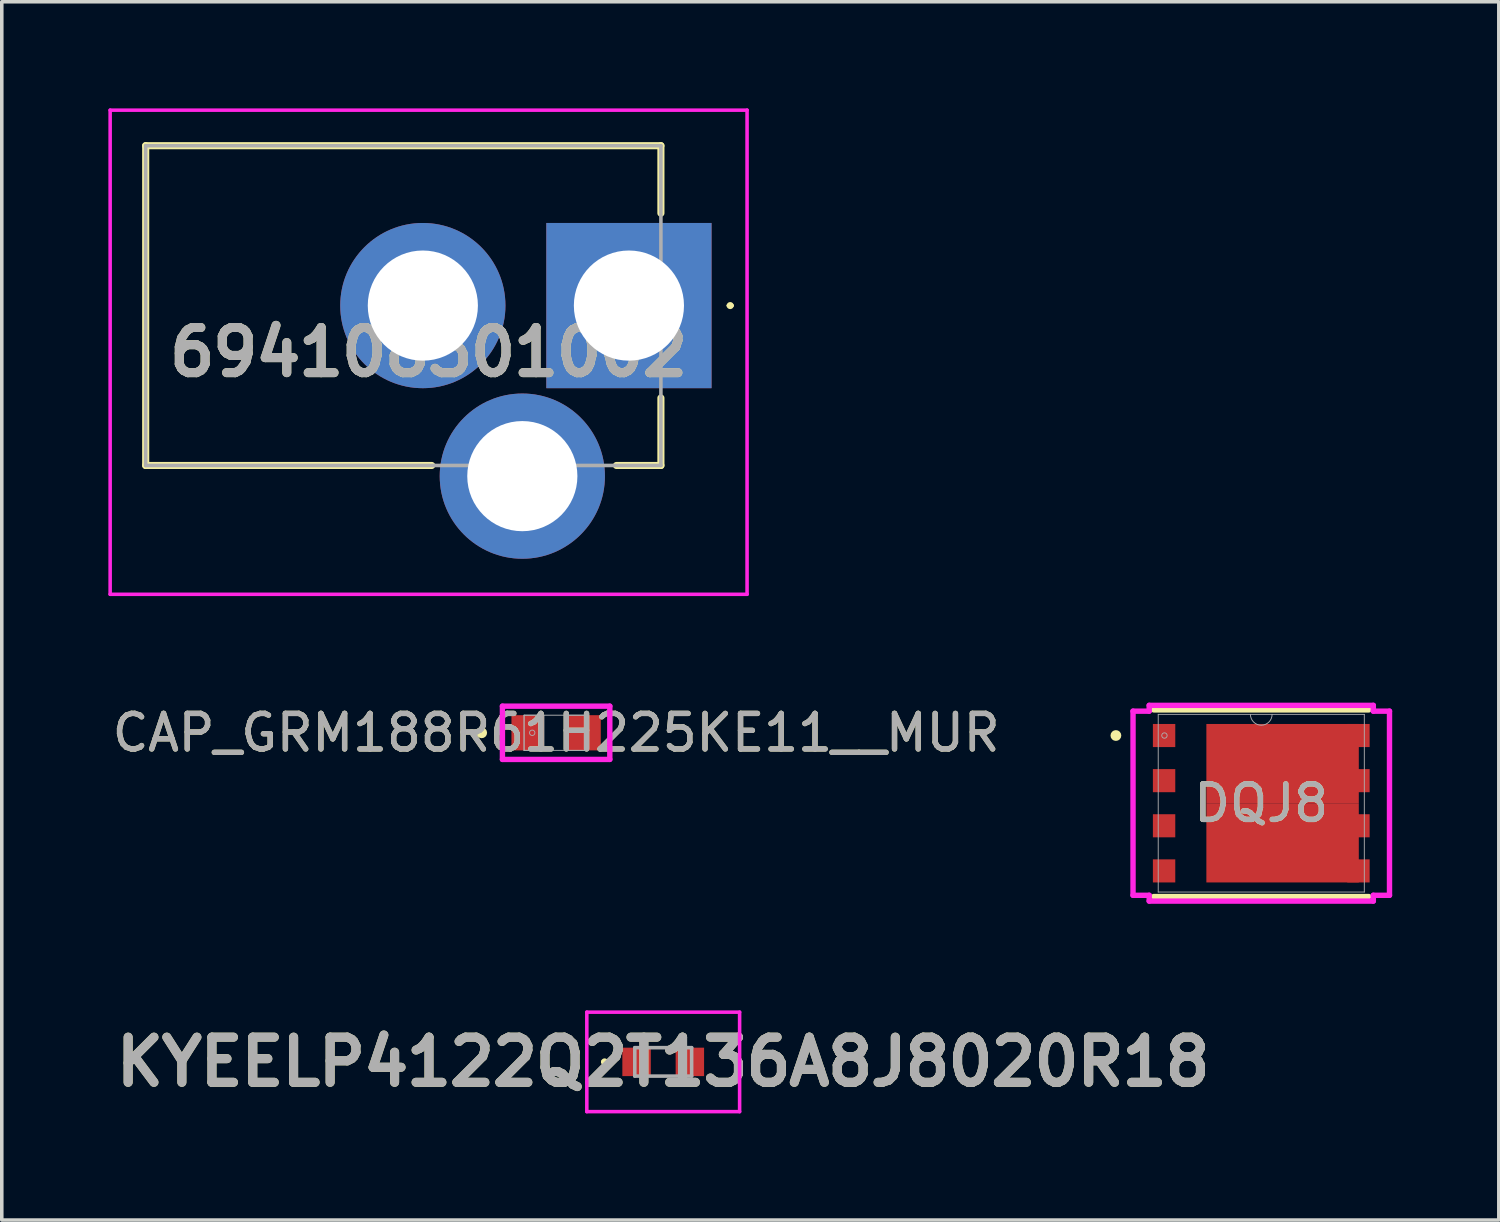
<source format=kicad_pcb>
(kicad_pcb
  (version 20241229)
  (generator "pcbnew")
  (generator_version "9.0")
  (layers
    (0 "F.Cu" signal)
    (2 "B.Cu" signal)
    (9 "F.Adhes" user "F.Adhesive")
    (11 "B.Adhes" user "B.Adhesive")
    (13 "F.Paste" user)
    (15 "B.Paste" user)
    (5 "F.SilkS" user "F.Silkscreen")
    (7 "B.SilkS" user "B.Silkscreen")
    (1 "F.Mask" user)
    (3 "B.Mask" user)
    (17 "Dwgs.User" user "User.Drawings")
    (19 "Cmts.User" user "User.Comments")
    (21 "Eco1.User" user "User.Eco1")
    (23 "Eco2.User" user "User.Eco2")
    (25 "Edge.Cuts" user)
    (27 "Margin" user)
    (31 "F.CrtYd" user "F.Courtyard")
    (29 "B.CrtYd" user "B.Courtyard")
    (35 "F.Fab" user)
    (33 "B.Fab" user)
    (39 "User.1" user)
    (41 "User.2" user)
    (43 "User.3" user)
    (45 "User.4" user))
  (footprint "DQJ8"
    (layer "F.Cu")
    (at 32.446 19.555)
    (property "Reference" "DQJ8" (at 0 0 0) (unlocked yes) (layer "F.SilkS") (effects (font (size 1 1) (thickness 0.15))))
    (attr smd)
    (fp_poly (pts (xy 2.745 -2.23) (xy -1.545 -2.23) (xy -1.545 0) (xy 2.745 0)) (stroke (width 0) (type solid)) (fill yes) (layer "F.Cu"))
    (fp_poly (pts (xy 2.745 2.23) (xy -1.545 2.23) (xy -1.545 0) (xy 2.745 0)) (stroke (width 0) (type solid)) (fill yes) (layer "F.Cu"))
    (fp_poly (pts (xy -3.12 -2.3) (xy -3.12 -1.51) (xy -2.35 -1.51) (xy -2.35 -2.3)) (stroke (width 0) (type solid)) (fill yes) (layer "F.Mask"))
    (fp_poly (pts (xy -3.12 -1.03) (xy -3.12 -0.24) (xy -2.35 -0.24) (xy -2.35 -1.03)) (stroke (width 0) (type solid)) (fill yes) (layer "F.Mask"))
    (fp_poly (pts (xy -3.12 0.24) (xy -3.12 1.03) (xy -2.35 1.03) (xy -2.35 0.24)) (stroke (width 0) (type solid)) (fill yes) (layer "F.Mask"))
    (fp_poly (pts (xy -3.12 1.51) (xy -3.12 2.3) (xy -2.35 2.3) (xy -2.35 1.51)) (stroke (width 0) (type solid)) (fill yes) (layer "F.Mask"))
    (fp_poly (pts (xy 2.35 -2.3) (xy 2.35 -1.51) (xy 3.12 -1.51) (xy 3.12 -2.3)) (stroke (width 0) (type solid)) (fill yes) (layer "F.Mask"))
    (fp_poly (pts (xy 2.35 -1.03) (xy 2.35 -0.24) (xy 3.12 -0.24) (xy 3.12 -1.03)) (stroke (width 0) (type solid)) (fill yes) (layer "F.Mask"))
    (fp_poly (pts (xy 2.35 0.24) (xy 2.35 1.03) (xy 3.12 1.03) (xy 3.12 0.24)) (stroke (width 0) (type solid)) (fill yes) (layer "F.Mask"))
    (fp_poly (pts (xy 2.35 1.51) (xy 2.35 2.3) (xy 3.12 2.3) (xy 3.12 1.51)) (stroke (width 0) (type solid)) (fill yes) (layer "F.Mask"))
    (fp_poly (pts (xy 2.745 -2.23) (xy -1.545 -2.23) (xy -1.545 0) (xy 2.745 0)) (stroke (width 0) (type solid)) (fill yes) (layer "F.Mask"))
    (fp_poly (pts (xy 2.745 2.23) (xy -1.545 2.23) (xy -1.545 0) (xy 2.745 0)) (stroke (width 0) (type solid)) (fill yes) (layer "F.Mask"))
    (fp_line (start -3.027 2.627) (end 3.027 2.627) (stroke (width 0.152) (type solid)) (layer "F.SilkS"))
    (fp_line (start 3.027 -2.627) (end -3.027 -2.627) (stroke (width 0.152) (type solid)) (layer "F.SilkS"))
    (fp_circle (center -4.091 -1.905) (end -4.015 -1.905) (stroke (width 0.152) (type solid)) (fill no) (layer "F.SilkS"))
    (fp_poly (pts (xy -0.18 -0.31) (xy -1.415 -0.31) (xy -1.415 -1.88) (xy -0.18 -1.88)) (stroke (width 0) (type solid)) (fill yes) (layer "F.Paste"))
    (fp_poly (pts (xy -0.18 0.31) (xy -1.415 0.31) (xy -1.415 1.88) (xy -0.18 1.88)) (stroke (width 0) (type solid)) (fill yes) (layer "F.Paste"))
    (fp_poly (pts (xy 0.32 -0.31) (xy 1.905 -0.31) (xy 1.905 -1.88) (xy 0.32 -1.88)) (stroke (width 0) (type solid)) (fill yes) (layer "F.Paste"))
    (fp_poly (pts (xy 0.32 0.31) (xy 1.905 0.31) (xy 1.905 1.88) (xy 0.32 1.88)) (stroke (width 0) (type solid)) (fill yes) (layer "F.Paste"))
    (fp_line (start -3.609 -2.591) (end -3.154 -2.591) (stroke (width 0.152) (type solid)) (layer "F.CrtYd"))
    (fp_line (start -3.609 2.591) (end -3.609 -2.591) (stroke (width 0.152) (type solid)) (layer "F.CrtYd"))
    (fp_line (start -3.609 2.591) (end -3.154 2.591) (stroke (width 0.152) (type solid)) (layer "F.CrtYd"))
    (fp_line (start -3.154 -2.754) (end 3.154 -2.754) (stroke (width 0.152) (type solid)) (layer "F.CrtYd"))
    (fp_line (start -3.154 -2.591) (end -3.154 -2.754) (stroke (width 0.152) (type solid)) (layer "F.CrtYd"))
    (fp_line (start -3.154 2.754) (end -3.154 2.591) (stroke (width 0.152) (type solid)) (layer "F.CrtYd"))
    (fp_line (start 3.154 -2.754) (end 3.154 -2.591) (stroke (width 0.152) (type solid)) (layer "F.CrtYd"))
    (fp_line (start 3.154 2.591) (end 3.154 2.754) (stroke (width 0.152) (type solid)) (layer "F.CrtYd"))
    (fp_line (start 3.154 2.754) (end -3.154 2.754) (stroke (width 0.152) (type solid)) (layer "F.CrtYd"))
    (fp_line (start 3.609 -2.591) (end 3.154 -2.591) (stroke (width 0.152) (type solid)) (layer "F.CrtYd"))
    (fp_line (start 3.609 -2.591) (end 3.609 2.591) (stroke (width 0.152) (type solid)) (layer "F.CrtYd"))
    (fp_line (start 3.609 2.591) (end 3.154 2.591) (stroke (width 0.152) (type solid)) (layer "F.CrtYd"))
    (fp_line (start -2.9 -2.5) (end -2.9 2.5) (stroke (width 0.025) (type solid)) (layer "F.Fab"))
    (fp_line (start -2.9 2.5) (end 2.9 2.5) (stroke (width 0.025) (type solid)) (layer "F.Fab"))
    (fp_line (start 2.9 -2.5) (end -2.9 -2.5) (stroke (width 0.025) (type solid)) (layer "F.Fab"))
    (fp_line (start 2.9 2.5) (end 2.9 -2.5) (stroke (width 0.025) (type solid)) (layer "F.Fab"))
    (fp_arc (start 0.3048 -2.5) (mid 0 -2.1952) (end -0.3048 -2.5) (stroke (width 0.0254) (type solid)) (layer "F.Fab"))
    (fp_circle (center -2.725 -1.905) (end -2.649 -1.905) (stroke (width 0.025) (type solid)) (fill no) (layer "F.Fab"))
    (fp_text user "${REFERENCE}" (at 0 0 0) (unlocked yes) (layer "F.Fab") (effects (font (size 1 1) (thickness 0.15))))
    (pad "1" smd rect (at -2.735 -1.905) (size 0.63 0.65) (layers "F.Cu" "F.Mask" "F.Paste"))
    (pad "2" smd rect (at -2.735 -0.635) (size 0.63 0.65) (layers "F.Cu" "F.Mask" "F.Paste"))
    (pad "3" smd rect (at -2.735 0.635) (size 0.63 0.65) (layers "F.Cu" "F.Mask" "F.Paste"))
    (pad "4" smd rect (at -2.735 1.905) (size 0.63 0.65) (layers "F.Cu" "F.Mask" "F.Paste"))
    (pad "5" smd rect (at 2.735 1.905) (size 0.63 0.65) (layers "F.Cu" "F.Mask" "F.Paste"))
    (pad "6" smd rect (at 2.735 0.635) (size 0.63 0.65) (layers "F.Cu" "F.Mask" "F.Paste"))
    (pad "7" smd rect (at 2.735 -0.635) (size 0.63 0.65) (layers "F.Cu" "F.Mask" "F.Paste"))
    (pad "8" smd rect (at 2.735 -1.905) (size 0.63 0.65) (layers "F.Cu" "F.Mask" "F.Paste")))
  (footprint "694108301002"
    (layer "F.Cu")
    (at 14.65 5.55)
    (property "Reference" "694108301002" (at -5.638 1.313 0) (layer "F.SilkS") (effects (font (size 1.27 1.27) (thickness 0.254))))
    (attr through_hole)
    (fp_line (start -13.6 -4.5) (end 0.9 -4.5) (stroke (width 0.2) (type solid)) (layer "F.SilkS"))
    (fp_line (start -13.6 4.5) (end -13.6 -4.5) (stroke (width 0.2) (type solid)) (layer "F.SilkS"))
    (fp_line (start -5.55 4.5) (end -13.6 4.5) (stroke (width 0.2) (type solid)) (layer "F.SilkS"))
    (fp_line (start 0.9 -4.5) (end 0.9 -2.6) (stroke (width 0.2) (type solid)) (layer "F.SilkS"))
    (fp_line (start 0.9 2.6) (end 0.9 4.5) (stroke (width 0.2) (type solid)) (layer "F.SilkS"))
    (fp_line (start 0.9 4.5) (end -0.35 4.5) (stroke (width 0.2) (type solid)) (layer "F.SilkS"))
    (fp_line (start 2.8 0) (end 2.8 0) (stroke (width 0.1) (type solid)) (layer "F.SilkS"))
    (fp_line (start 2.9 0) (end 2.9 0) (stroke (width 0.1) (type solid)) (layer "F.SilkS"))
    (fp_arc (start 2.8 0) (mid 2.85 -0.05) (end 2.9 0) (stroke (width 0.1) (type solid)) (layer "F.SilkS"))
    (fp_arc (start 2.9 0) (mid 2.85 0.05) (end 2.8 0) (stroke (width 0.1) (type solid)) (layer "F.SilkS"))
    (fp_line (start -14.6 -5.5) (end 3.325 -5.5) (stroke (width 0.1) (type solid)) (layer "F.CrtYd"))
    (fp_line (start -14.6 8.125) (end -14.6 -5.5) (stroke (width 0.1) (type solid)) (layer "F.CrtYd"))
    (fp_line (start 3.325 -5.5) (end 3.325 8.125) (stroke (width 0.1) (type solid)) (layer "F.CrtYd"))
    (fp_line (start 3.325 8.125) (end -14.6 8.125) (stroke (width 0.1) (type solid)) (layer "F.CrtYd"))
    (fp_line (start -13.6 -4.5) (end 0.9 -4.5) (stroke (width 0.1) (type solid)) (layer "F.Fab"))
    (fp_line (start -13.6 4.5) (end -13.6 -4.5) (stroke (width 0.1) (type solid)) (layer "F.Fab"))
    (fp_line (start 0.9 -4.5) (end 0.9 4.5) (stroke (width 0.1) (type solid)) (layer "F.Fab"))
    (fp_line (start 0.9 4.5) (end -13.6 4.5) (stroke (width 0.1) (type solid)) (layer "F.Fab"))
    (fp_text user "${REFERENCE}" (at -5.638 1.313 0) (layer "F.Fab") (effects (font (size 1.27 1.27) (thickness 0.254))))
    (pad "1" thru_hole rect (at 0 0) (size 4.65 4.65) (drill 3.1) (layers "*.Cu" "*.Mask"))
    (pad "2" thru_hole circle (at -5.8 0) (size 4.65 4.65) (drill 3.1) (layers "*.Cu" "*.Mask"))
    (pad "3" thru_hole circle (at -3 4.8) (size 4.65 4.65) (drill 3.1) (layers "*.Cu" "*.Mask")))
  (footprint "KYEELP4122Q2T136A8J8020R18"
    (layer "F.Cu")
    (at 15.615 26.835)
    (property "Reference" "KYEELP4122Q2T136A8J8020R18" (at 0 0 0) (layer "F.SilkS") (effects (font (size 1.27 1.27) (thickness 0.254))))
    (attr smd)
    (fp_line (start -1.7 0) (end -1.7 0) (stroke (width 0.1) (type solid)) (layer "F.SilkS"))
    (fp_line (start -1.6 0) (end -1.6 0) (stroke (width 0.1) (type solid)) (layer "F.SilkS"))
    (fp_arc (start -1.7 0) (mid -1.65 -0.05) (end -1.6 0) (stroke (width 0.1) (type solid)) (layer "F.SilkS"))
    (fp_arc (start -1.6 0) (mid -1.65 0.05) (end -1.7 0) (stroke (width 0.1) (type solid)) (layer "F.SilkS"))
    (fp_line (start -2.15 -1.4) (end 2.15 -1.4) (stroke (width 0.1) (type solid)) (layer "F.CrtYd"))
    (fp_line (start -2.15 1.4) (end -2.15 -1.4) (stroke (width 0.1) (type solid)) (layer "F.CrtYd"))
    (fp_line (start 2.15 -1.4) (end 2.15 1.4) (stroke (width 0.1) (type solid)) (layer "F.CrtYd"))
    (fp_line (start 2.15 1.4) (end -2.15 1.4) (stroke (width 0.1) (type solid)) (layer "F.CrtYd"))
    (fp_line (start -0.8 -0.4) (end 0.8 -0.4) (stroke (width 0.1) (type solid)) (layer "F.Fab"))
    (fp_line (start -0.8 0.4) (end -0.8 -0.4) (stroke (width 0.1) (type solid)) (layer "F.Fab"))
    (fp_line (start 0.8 -0.4) (end 0.8 0.4) (stroke (width 0.1) (type solid)) (layer "F.Fab"))
    (fp_line (start 0.8 0.4) (end -0.8 0.4) (stroke (width 0.1) (type solid)) (layer "F.Fab"))
    (fp_text user "${REFERENCE}" (at 0 0 0) (layer "F.Fab") (effects (font (size 1.27 1.27) (thickness 0.254))))
    (pad "1" smd rect (at -0.75 0) (size 0.8 0.8) (layers "F.Cu" "F.Mask" "F.Paste"))
    (pad "2" smd rect (at 0.75 0) (size 0.8 0.8) (layers "F.Cu" "F.Mask" "F.Paste")))
  (footprint "CAP_GRM188R61H225KE11__MUR"
    (layer "F.Cu")
    (at 12.601 17.573)
    (property "Reference" "CAP_GRM188R61H225KE11__MUR" (at 0 0 0) (unlocked yes) (layer "F.SilkS") (effects (font (size 1 1) (thickness 0.15))))
    (attr smd)
    (fp_circle (center -2.095 0) (end -2.019 0) (stroke (width 0.152) (type solid)) (fill no) (layer "F.SilkS"))
    (fp_line (start -1.511 -0.749) (end 1.511 -0.749) (stroke (width 0.152) (type solid)) (layer "F.CrtYd"))
    (fp_line (start -1.511 0.749) (end -1.511 -0.749) (stroke (width 0.152) (type solid)) (layer "F.CrtYd"))
    (fp_line (start 1.511 -0.749) (end 1.511 0.749) (stroke (width 0.152) (type solid)) (layer "F.CrtYd"))
    (fp_line (start 1.511 0.749) (end -1.511 0.749) (stroke (width 0.152) (type solid)) (layer "F.CrtYd"))
    (fp_line (start -0.902 -0.495) (end -0.902 0.495) (stroke (width 0.025) (type solid)) (layer "F.Fab"))
    (fp_line (start -0.902 -0.495) (end -0.902 0.495) (stroke (width 0.025) (type solid)) (layer "F.Fab"))
    (fp_line (start -0.902 0.495) (end -0.343 0.495) (stroke (width 0.025) (type solid)) (layer "F.Fab"))
    (fp_line (start -0.902 0.495) (end 0.902 0.495) (stroke (width 0.025) (type solid)) (layer "F.Fab"))
    (fp_line (start -0.343 -0.495) (end -0.902 -0.495) (stroke (width 0.025) (type solid)) (layer "F.Fab"))
    (fp_line (start -0.343 0.495) (end -0.343 -0.495) (stroke (width 0.025) (type solid)) (layer "F.Fab"))
    (fp_line (start 0.343 -0.495) (end 0.343 0.495) (stroke (width 0.025) (type solid)) (layer "F.Fab"))
    (fp_line (start 0.343 0.495) (end 0.902 0.495) (stroke (width 0.025) (type solid)) (layer "F.Fab"))
    (fp_line (start 0.902 -0.495) (end -0.902 -0.495) (stroke (width 0.025) (type solid)) (layer "F.Fab"))
    (fp_line (start 0.902 -0.495) (end 0.343 -0.495) (stroke (width 0.025) (type solid)) (layer "F.Fab"))
    (fp_line (start 0.902 0.495) (end 0.902 -0.495) (stroke (width 0.025) (type solid)) (layer "F.Fab"))
    (fp_line (start 0.902 0.495) (end 0.902 -0.495) (stroke (width 0.025) (type solid)) (layer "F.Fab"))
    (fp_circle (center -0.673 0) (end -0.597 0) (stroke (width 0.025) (type solid)) (fill no) (layer "F.Fab"))
    (fp_text user "${REFERENCE}" (at 0 0 0) (unlocked yes) (layer "F.Fab") (effects (font (size 1 1) (thickness 0.15))))
    (pad "1" smd rect (at -0.8 0) (size 0.914 0.991) (layers "F.Cu" "F.Mask" "F.Paste"))
    (pad "2" smd rect (at 0.8 0) (size 0.914 0.991) (layers "F.Cu" "F.Mask" "F.Paste"))
    (zone (net_name "") (layer "F.Cu") (hatch full 0.508) (connect_pads) (min_thickness 0.254) (filled_areas_thickness no) (keepout (tracks not_allowed) (vias not_allowed) (pads allowed) (copperpour not_allowed) (footprints allowed)) (placement (enabled no)) (fill) (polygon (pts (xy 12.309 17.129) (xy 12.893 17.129) (xy 12.893 18.018) (xy 12.309 18.018)))))
  (gr_rect
    (start -3 -3)
    (end 39.131 31.285)
    (stroke (width 0.1) (type default))
    (fill no)
    (layer "Edge.Cuts")))
</source>
